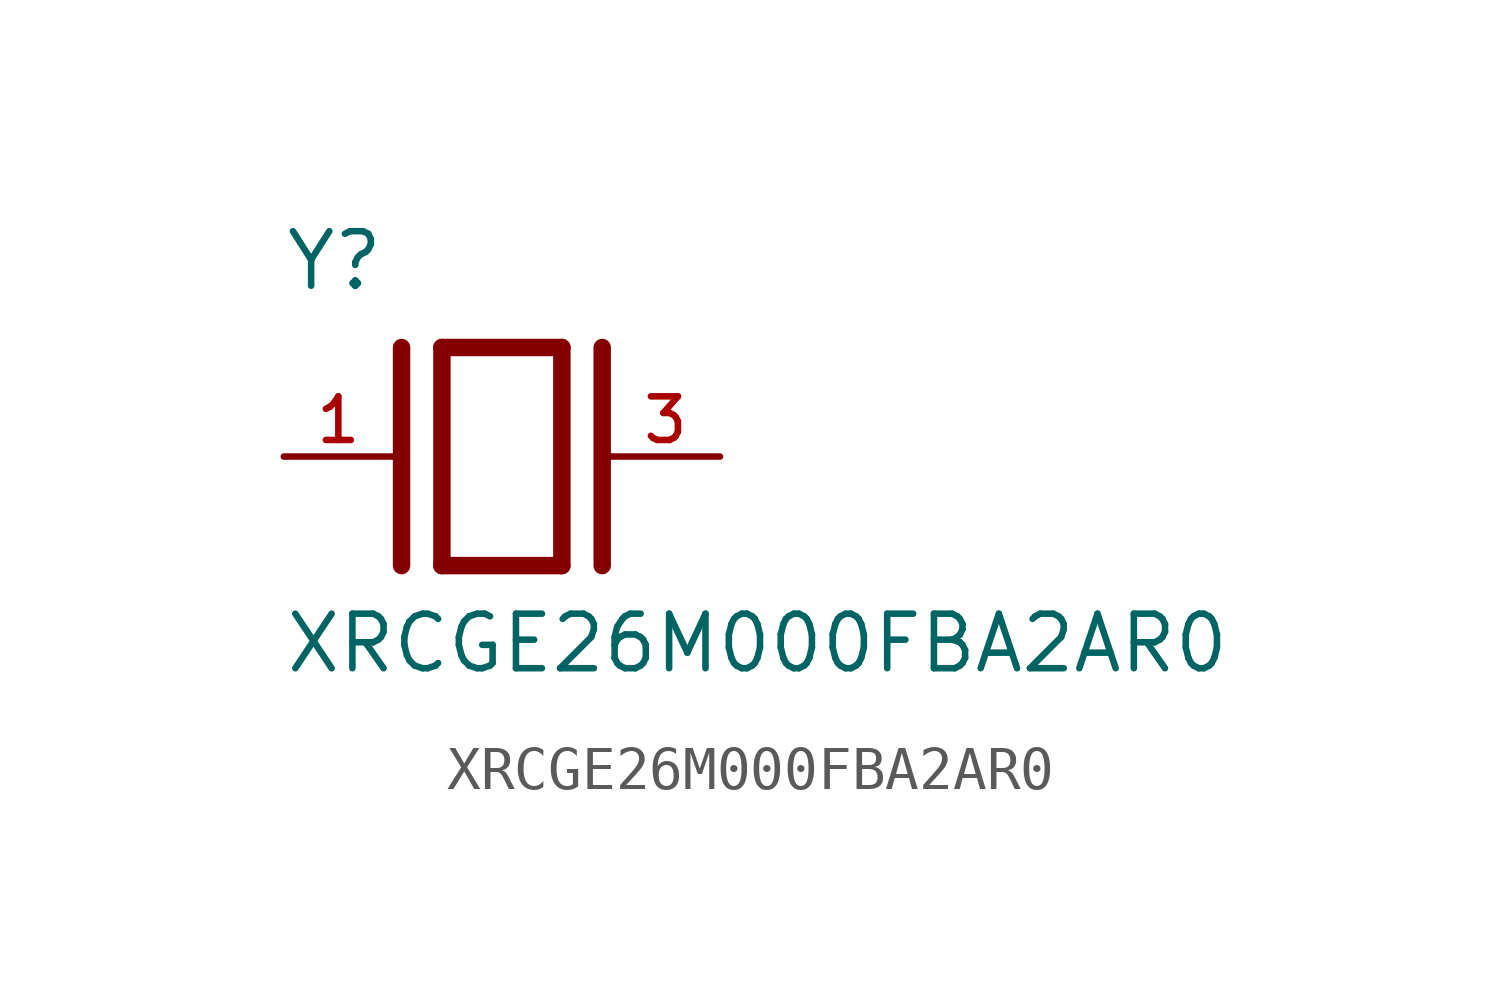
<source format=kicad_sym>
(kicad_symbol_lib
  (version 20211014)
  (generator kicad_symbol_editor)
  (symbol "XRCGE26M000FBA2AR0"
    (pin_names
      (offset 1.016))
    (property "Reference" "Y"
      (at -5.088 3.816 0)
      (effects (font (size 1.27 1.27)) (justify bottom left)))
    (property "Value" "XRCGE26M000FBA2AR0"
      (at -5.094 -5.094 0)
      (effects (font (size 1.27 1.27)) (justify bottom left)))
    (symbol "XRCGE26M000FBA2AR0_0_0"
      (polyline (pts (xy -1.397 2.54) (xy 1.397 2.54)) (stroke (width 0.406)))
      (polyline (pts (xy 1.397 2.54) (xy 1.397 -2.54)) (stroke (width 0.406)))
      (polyline (pts (xy 1.397 -2.54) (xy -1.397 -2.54)) (stroke (width 0.406)))
      (polyline (pts (xy -1.397 2.54) (xy -1.397 -2.54)) (stroke (width 0.406)))
      (polyline (pts (xy 2.337 2.54) (xy 2.337 -2.54)) (stroke (width 0.406)))
      (polyline (pts (xy -2.337 2.54) (xy -2.337 -2.54)) (stroke (width 0.406)))
      (pin passive line (at 5.08 0.0 180.0) (length 2.54) (name "~" (effects (font (size 1.016 1.016)))) (number "3" (effects (font (size 1.016 1.016)))))
      (pin passive line (at -5.08 0.0 0) (length 2.54) (name "~" (effects (font (size 1.016 1.016)))) (number "1" (effects (font (size 1.016 1.016))))))))
</source>
